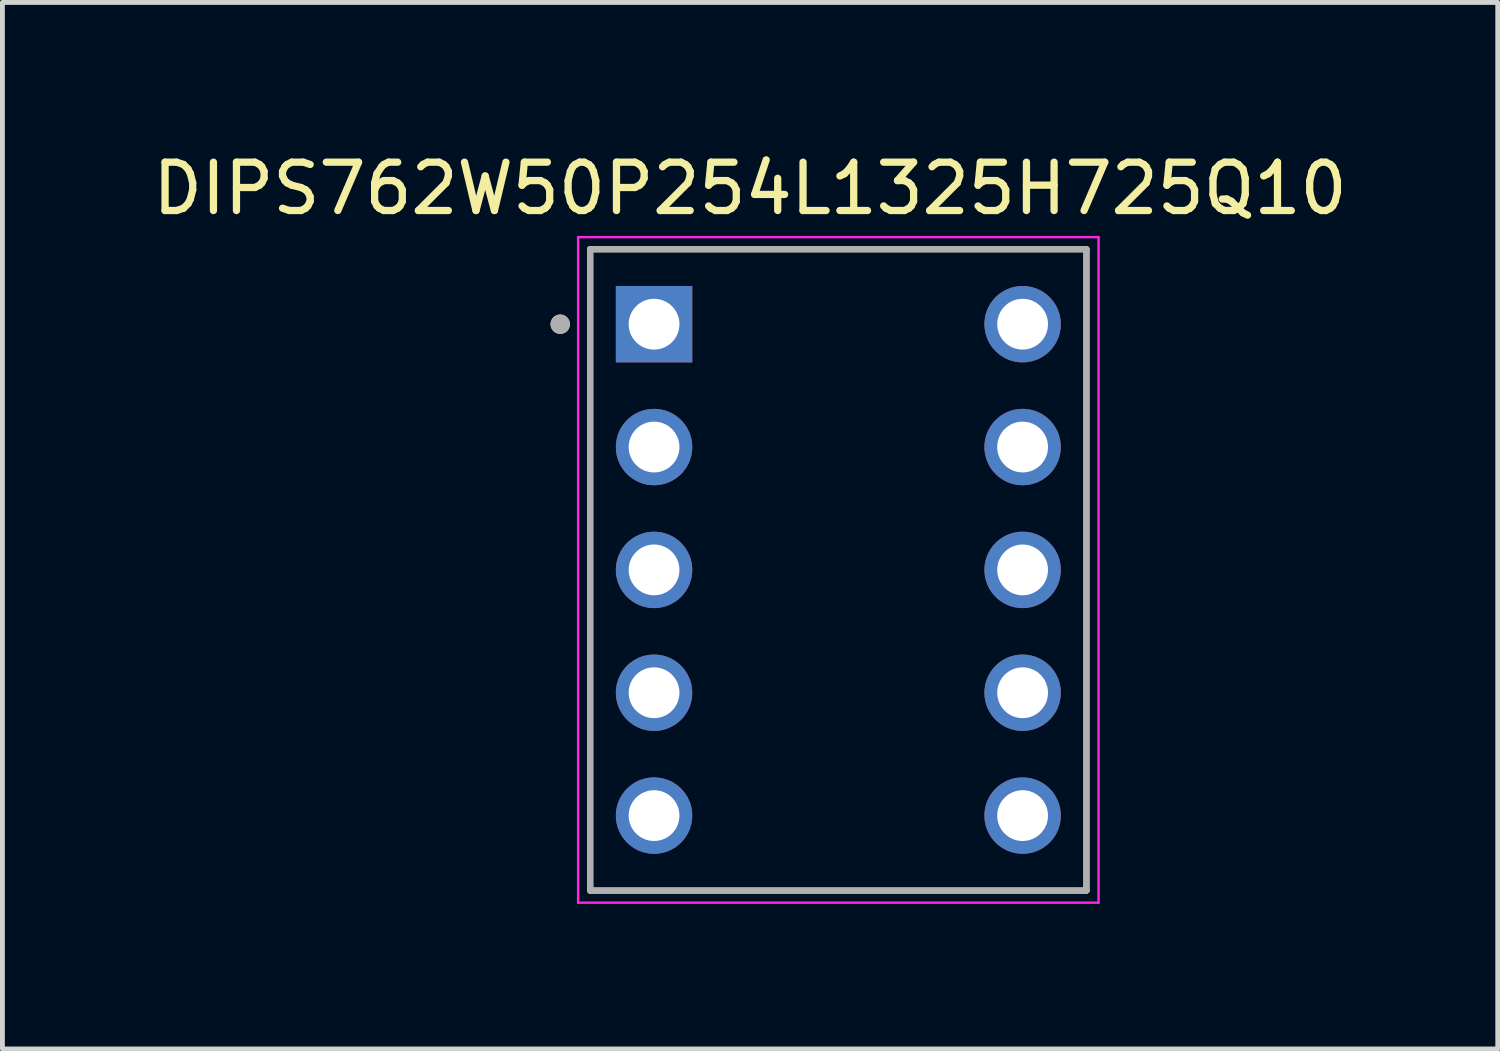
<source format=kicad_pcb>
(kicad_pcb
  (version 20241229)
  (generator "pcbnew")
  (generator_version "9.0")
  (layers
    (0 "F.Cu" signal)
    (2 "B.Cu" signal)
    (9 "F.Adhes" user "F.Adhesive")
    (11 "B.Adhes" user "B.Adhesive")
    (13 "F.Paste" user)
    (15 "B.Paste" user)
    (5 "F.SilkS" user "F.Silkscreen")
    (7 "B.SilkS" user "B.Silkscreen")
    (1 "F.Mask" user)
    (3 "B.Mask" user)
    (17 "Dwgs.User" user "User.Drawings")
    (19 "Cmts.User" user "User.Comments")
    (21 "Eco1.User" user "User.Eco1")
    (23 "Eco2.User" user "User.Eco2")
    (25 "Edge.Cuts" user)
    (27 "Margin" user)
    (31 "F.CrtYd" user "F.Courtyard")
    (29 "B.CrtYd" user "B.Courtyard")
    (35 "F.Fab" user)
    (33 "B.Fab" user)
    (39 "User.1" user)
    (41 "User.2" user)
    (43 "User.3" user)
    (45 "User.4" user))
  (footprint "DIPS762W50P254L1325H725Q10"
    (layer "F.Cu")
    (at 14.283 8.733)
    (property "Reference" "DIPS762W50P254L1325H725Q10" (at -1.825 -7.885 0) (layer "F.SilkS") (effects (font (size 1 1) (thickness 0.15))))
    (attr through_hole)
    (fp_line (start -5.13 -6.63) (end 5.13 -6.63) (stroke (width 0.127) (type solid)) (layer "F.SilkS"))
    (fp_line (start -5.13 6.63) (end -5.13 -6.63) (stroke (width 0.127) (type solid)) (layer "F.SilkS"))
    (fp_line (start 5.13 -6.63) (end 5.13 6.63) (stroke (width 0.127) (type solid)) (layer "F.SilkS"))
    (fp_line (start 5.13 6.63) (end -5.13 6.63) (stroke (width 0.127) (type solid)) (layer "F.SilkS"))
    (fp_circle (center -5.75 -5.08) (end -5.65 -5.08) (stroke (width 0.2) (type solid)) (fill no) (layer "F.SilkS"))
    (fp_line (start -5.38 -6.88) (end 5.38 -6.88) (stroke (width 0.05) (type solid)) (layer "F.CrtYd"))
    (fp_line (start -5.38 6.88) (end -5.38 -6.88) (stroke (width 0.05) (type solid)) (layer "F.CrtYd"))
    (fp_line (start 5.38 -6.88) (end 5.38 6.88) (stroke (width 0.05) (type solid)) (layer "F.CrtYd"))
    (fp_line (start 5.38 6.88) (end -5.38 6.88) (stroke (width 0.05) (type solid)) (layer "F.CrtYd"))
    (fp_line (start -5.13 -6.63) (end 5.13 -6.63) (stroke (width 0.127) (type solid)) (layer "F.Fab"))
    (fp_line (start -5.13 6.63) (end -5.13 -6.63) (stroke (width 0.127) (type solid)) (layer "F.Fab"))
    (fp_line (start 5.13 -6.63) (end 5.13 6.63) (stroke (width 0.127) (type solid)) (layer "F.Fab"))
    (fp_line (start 5.13 6.63) (end -5.13 6.63) (stroke (width 0.127) (type solid)) (layer "F.Fab"))
    (fp_circle (center -5.75 -5.08) (end -5.65 -5.08) (stroke (width 0.2) (type solid)) (fill no) (layer "F.Fab"))
    (pad "1" thru_hole rect (at -3.81 -5.08) (size 1.58 1.58) (drill 1.05) (layers "*.Cu" "*.Mask"))
    (pad "2" thru_hole circle (at -3.81 -2.54) (size 1.58 1.58) (drill 1.05) (layers "*.Cu" "*.Mask"))
    (pad "3" thru_hole circle (at -3.81 0) (size 1.58 1.58) (drill 1.05) (layers "*.Cu" "*.Mask"))
    (pad "4" thru_hole circle (at -3.81 2.54) (size 1.58 1.58) (drill 1.05) (layers "*.Cu" "*.Mask"))
    (pad "5" thru_hole circle (at -3.81 5.08) (size 1.58 1.58) (drill 1.05) (layers "*.Cu" "*.Mask"))
    (pad "6" thru_hole circle (at 3.81 5.08) (size 1.58 1.58) (drill 1.05) (layers "*.Cu" "*.Mask"))
    (pad "7" thru_hole circle (at 3.81 2.54) (size 1.58 1.58) (drill 1.05) (layers "*.Cu" "*.Mask"))
    (pad "8" thru_hole circle (at 3.81 0) (size 1.58 1.58) (drill 1.05) (layers "*.Cu" "*.Mask"))
    (pad "9" thru_hole circle (at 3.81 -2.54) (size 1.58 1.58) (drill 1.05) (layers "*.Cu" "*.Mask"))
    (pad "10" thru_hole circle (at 3.81 -5.08) (size 1.58 1.58) (drill 1.05) (layers "*.Cu" "*.Mask")))
  (gr_rect
    (start -3 -3)
    (end 27.917 18.638)
    (stroke (width 0.1) (type default))
    (fill no)
    (layer "Edge.Cuts")))
</source>
